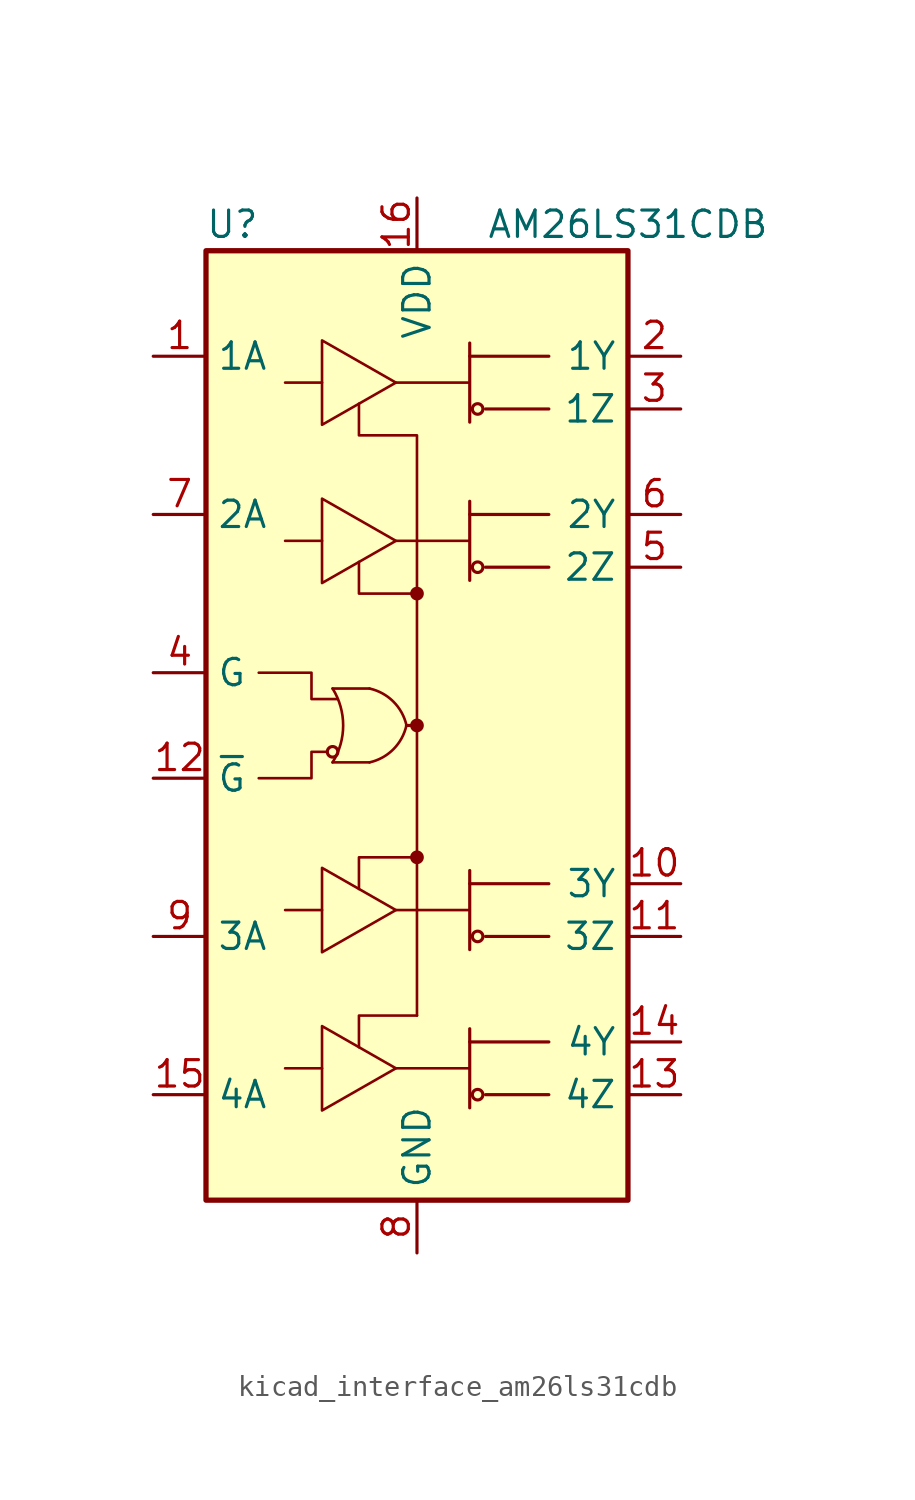
<source format=kicad_sym>
(kicad_symbol_lib
  (version 20220914)
  (generator kicad_symbol_editor)
  (symbol "kicad_interface_am26ls31cdb"
    (property "Reference" "U"
      (at -8.89 24.13 0)
      (effects (font (size 1.27 1.27))))
    (property "Value" "AM26LS31CDB"
      (at 10.16 24.13 0)
      (effects (font (size 1.27 1.27))))
    (symbol "kicad_interface_am26ls31cdb_0_1"
      (rectangle (start -10.16 22.86) (end 10.16 -22.86) (stroke (width 0.254) (type default)) (fill (type background)))
      (arc (start -4.064 -1.778) (mid -3.5541 0) (end -4.064 1.778) (stroke (width 0.127) (type default)) (fill (type none)))
      (circle (center -4.064 -1.27) (radius 0.254) (stroke (width 0) (type default)) (fill (type none)))
      (arc (start -2.286 -1.778) (mid -1.1381 -1.1479) (end -0.508 0) (stroke (width 0.127) (type default)) (fill (type none)))
      (arc (start -0.508 0) (mid -1.1381 1.1479) (end -2.286 1.778) (stroke (width 0.127) (type default)) (fill (type none)))
      (circle (center 0 -6.35) (radius 0.254) (stroke (width 0) (type default)) (fill (type outline)))
      (polyline (pts (xy -4.064 -1.778) (xy -2.286 -1.778)) (stroke (width 0.127) (type default)) (fill (type none)))
      (polyline (pts (xy -2.286 1.778) (xy -4.064 1.778)) (stroke (width 0.127) (type default)) (fill (type none)))
      (polyline (pts (xy -1.016 -16.51) (xy 2.54 -16.51)) (stroke (width 0.127) (type default)) (fill (type none)))
      (polyline (pts (xy -1.016 -8.89) (xy 2.54 -8.89)) (stroke (width 0.127) (type default)) (fill (type none)))
      (polyline (pts (xy -1.016 8.89) (xy 2.54 8.89)) (stroke (width 0.127) (type default)) (fill (type none)))
      (polyline (pts (xy -1.016 16.51) (xy 2.54 16.51)) (stroke (width 0.127) (type default)) (fill (type none)))
      (polyline (pts (xy -0.508 0) (xy 0 0)) (stroke (width 0) (type default)) (fill (type none)))
      (polyline (pts (xy 0 0) (xy 0 -13.97)) (stroke (width 0.127) (type default)) (fill (type none)))
      (polyline (pts (xy 0 6.35) (xy 0 0)) (stroke (width 0.127) (type default)) (fill (type none)))
      (polyline (pts (xy 2.54 -18.415) (xy 2.54 -14.605)) (stroke (width 0.152) (type default)) (fill (type none)))
      (polyline (pts (xy 2.54 -15.24) (xy 6.35 -15.24)) (stroke (width 0.152) (type default)) (fill (type none)))
      (polyline (pts (xy 2.54 -10.795) (xy 2.54 -6.985)) (stroke (width 0.152) (type default)) (fill (type none)))
      (polyline (pts (xy 2.54 -7.62) (xy 6.35 -7.62)) (stroke (width 0.152) (type default)) (fill (type none)))
      (polyline (pts (xy 2.54 6.985) (xy 2.54 10.795)) (stroke (width 0.152) (type default)) (fill (type none)))
      (polyline (pts (xy 2.54 10.16) (xy 6.35 10.16)) (stroke (width 0.152) (type default)) (fill (type none)))
      (polyline (pts (xy 2.54 14.605) (xy 2.54 18.415)) (stroke (width 0.152) (type default)) (fill (type none)))
      (polyline (pts (xy 2.54 17.78) (xy 6.35 17.78)) (stroke (width 0.152) (type default)) (fill (type none)))
      (polyline (pts (xy 6.35 -17.78) (xy 3.302 -17.78)) (stroke (width 0.152) (type default)) (fill (type none)))
      (polyline (pts (xy 6.35 -10.16) (xy 3.302 -10.16)) (stroke (width 0.152) (type default)) (fill (type none)))
      (polyline (pts (xy 6.35 7.62) (xy 3.302 7.62)) (stroke (width 0.152) (type default)) (fill (type none)))
      (polyline (pts (xy 6.35 15.24) (xy 3.302 15.24)) (stroke (width 0.152) (type default)) (fill (type none)))
      (polyline (pts (xy 0 -13.97) (xy -2.794 -13.97) (xy -2.794 -15.494)) (stroke (width 0.127) (type default)) (fill (type none)))
      (polyline (pts (xy 0 -6.35) (xy -2.794 -6.35) (xy -2.794 -7.874)) (stroke (width 0.127) (type default)) (fill (type none)))
      (polyline (pts (xy 0 6.35) (xy -2.794 6.35) (xy -2.794 7.874)) (stroke (width 0.127) (type default)) (fill (type none)))
      (polyline (pts (xy -7.62 2.54) (xy -5.08 2.54) (xy -5.08 1.27) (xy -3.81 1.27)) (stroke (width 0.127) (type default)) (fill (type none)))
      (polyline (pts (xy -4.572 18.542) (xy -4.572 14.478) (xy -1.016 16.51) (xy -4.572 18.542)) (stroke (width 0.127) (type default)) (fill (type none)))
      (polyline (pts (xy -4.318 -1.27) (xy -5.08 -1.27) (xy -5.08 -2.54) (xy -7.62 -2.54)) (stroke (width 0.127) (type default)) (fill (type none)))
      (polyline (pts (xy 0 6.35) (xy 0 13.97) (xy -2.794 13.97) (xy -2.794 15.494)) (stroke (width 0.127) (type default)) (fill (type none)))
      (circle (center 0 0) (radius 0.254) (stroke (width 0) (type default)) (fill (type outline)))
      (circle (center 0 6.35) (radius 0.254) (stroke (width 0) (type default)) (fill (type outline)))
      (circle (center 2.921 -17.78) (radius 0.254) (stroke (width 0) (type default)) (fill (type none)))
      (circle (center 2.921 -10.16) (radius 0.254) (stroke (width 0) (type default)) (fill (type none)))
      (circle (center 2.921 7.62) (radius 0.254) (stroke (width 0) (type default)) (fill (type none)))
      (circle (center 2.921 15.24) (radius 0.254) (stroke (width 0) (type default)) (fill (type none))))
    (symbol "kicad_interface_am26ls31cdb_1_1"
      (polyline (pts (xy -6.35 -16.51) (xy -4.572 -16.51)) (stroke (width 0.127) (type default)) (fill (type none)))
      (polyline (pts (xy -6.35 -8.89) (xy -4.572 -8.89)) (stroke (width 0.127) (type default)) (fill (type none)))
      (polyline (pts (xy -6.35 8.89) (xy -4.572 8.89)) (stroke (width 0.127) (type default)) (fill (type none)))
      (polyline (pts (xy -6.35 16.51) (xy -4.572 16.51)) (stroke (width 0.127) (type default)) (fill (type none)))
      (polyline (pts (xy -4.572 -14.478) (xy -4.572 -18.542) (xy -1.016 -16.51) (xy -4.572 -14.478)) (stroke (width 0.127) (type default)) (fill (type none)))
      (polyline (pts (xy -4.572 -6.858) (xy -4.572 -10.922) (xy -1.016 -8.89) (xy -4.572 -6.858)) (stroke (width 0.127) (type default)) (fill (type none)))
      (polyline (pts (xy -4.572 10.922) (xy -4.572 6.858) (xy -1.016 8.89) (xy -4.572 10.922)) (stroke (width 0.127) (type default)) (fill (type none)))
      (pin input line (at -12.7 17.78 0) (length 2.54) (name "1A" (effects (font (size 1.27 1.27)))) (number "1" (effects (font (size 1.27 1.27)))))
      (pin tri_state line (at 12.7 -7.62 180) (length 2.54) (name "3Y" (effects (font (size 1.27 1.27)))) (number "10" (effects (font (size 1.27 1.27)))))
      (pin tri_state line (at 12.7 -10.16 180) (length 2.54) (name "3Z" (effects (font (size 1.27 1.27)))) (number "11" (effects (font (size 1.27 1.27)))))
      (pin input line (at -12.7 -2.54 0) (length 2.54) (name "~{G}" (effects (font (size 1.27 1.27)))) (number "12" (effects (font (size 1.27 1.27)))))
      (pin tri_state line (at 12.7 -17.78 180) (length 2.54) (name "4Z" (effects (font (size 1.27 1.27)))) (number "13" (effects (font (size 1.27 1.27)))))
      (pin tri_state line (at 12.7 -15.24 180) (length 2.54) (name "4Y" (effects (font (size 1.27 1.27)))) (number "14" (effects (font (size 1.27 1.27)))))
      (pin input line (at -12.7 -17.78 0) (length 2.54) (name "4A" (effects (font (size 1.27 1.27)))) (number "15" (effects (font (size 1.27 1.27)))))
      (pin power_in line (at 0 25.4 270) (length 2.54) (name "VDD" (effects (font (size 1.27 1.27)))) (number "16" (effects (font (size 1.27 1.27)))))
      (pin tri_state line (at 12.7 17.78 180) (length 2.54) (name "1Y" (effects (font (size 1.27 1.27)))) (number "2" (effects (font (size 1.27 1.27)))))
      (pin tri_state line (at 12.7 15.24 180) (length 2.54) (name "1Z" (effects (font (size 1.27 1.27)))) (number "3" (effects (font (size 1.27 1.27)))))
      (pin input line (at -12.7 2.54 0) (length 2.54) (name "G" (effects (font (size 1.27 1.27)))) (number "4" (effects (font (size 1.27 1.27)))))
      (pin tri_state line (at 12.7 7.62 180) (length 2.54) (name "2Z" (effects (font (size 1.27 1.27)))) (number "5" (effects (font (size 1.27 1.27)))))
      (pin tri_state line (at 12.7 10.16 180) (length 2.54) (name "2Y" (effects (font (size 1.27 1.27)))) (number "6" (effects (font (size 1.27 1.27)))))
      (pin input line (at -12.7 10.16 0) (length 2.54) (name "2A" (effects (font (size 1.27 1.27)))) (number "7" (effects (font (size 1.27 1.27)))))
      (pin power_in line (at 0 -25.4 90) (length 2.54) (name "GND" (effects (font (size 1.27 1.27)))) (number "8" (effects (font (size 1.27 1.27)))))
      (pin input line (at -12.7 -10.16 0) (length 2.54) (name "3A" (effects (font (size 1.27 1.27)))) (number "9" (effects (font (size 1.27 1.27))))))))
</source>
